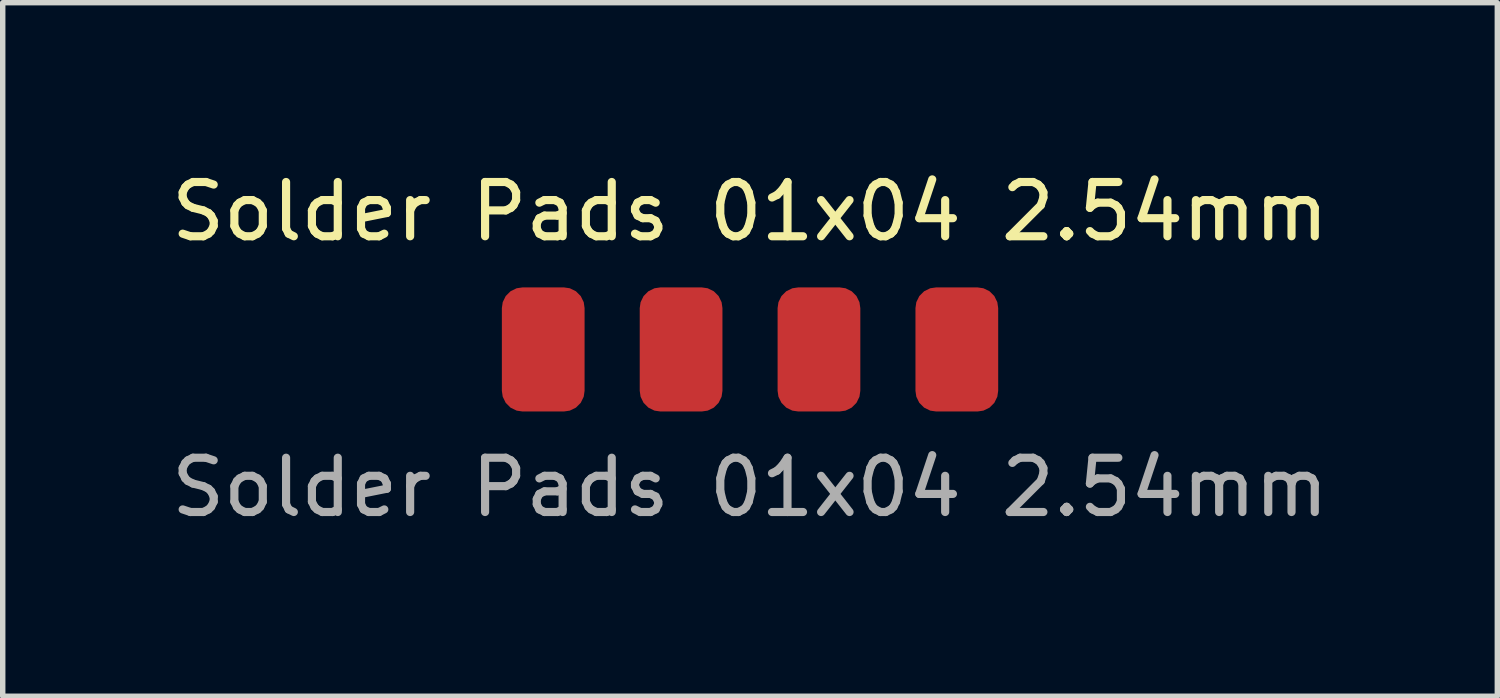
<source format=kicad_pcb>
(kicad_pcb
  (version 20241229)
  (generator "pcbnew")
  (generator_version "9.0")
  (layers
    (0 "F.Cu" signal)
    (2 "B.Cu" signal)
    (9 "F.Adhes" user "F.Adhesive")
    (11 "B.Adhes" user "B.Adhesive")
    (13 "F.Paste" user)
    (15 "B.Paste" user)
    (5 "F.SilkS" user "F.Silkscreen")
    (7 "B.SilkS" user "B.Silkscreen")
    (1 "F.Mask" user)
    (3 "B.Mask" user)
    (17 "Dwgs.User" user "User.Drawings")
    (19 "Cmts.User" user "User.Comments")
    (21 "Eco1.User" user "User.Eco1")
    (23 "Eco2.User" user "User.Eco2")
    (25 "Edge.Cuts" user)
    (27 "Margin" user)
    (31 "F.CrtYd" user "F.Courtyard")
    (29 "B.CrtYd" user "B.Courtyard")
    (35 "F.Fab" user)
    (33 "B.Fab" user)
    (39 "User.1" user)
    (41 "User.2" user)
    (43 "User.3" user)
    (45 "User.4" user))
  (footprint "Solder Pads 01x04 2.54mm"
    (layer "F.Cu")
    (at 6.958 3.388)
    (property "Reference" "Solder Pads 01x04 2.54mm" (at 3.81 -2.54 0) (unlocked yes) (layer "F.SilkS") (effects (font (size 1 1) (thickness 0.15))))
    (attr smd)
    (fp_text user "${REFERENCE}" (at 3.81 2.54 0) (unlocked yes) (layer "F.Fab") (effects (font (size 1 1) (thickness 0.15))))
    (pad "1" smd roundrect (at 0 0 270) (size 2.286 1.524) (layers "F.Cu" "F.Mask" "F.Paste") (roundrect_rratio 0.25))
    (pad "2" smd roundrect (at 2.54 0 270) (size 2.286 1.524) (layers "F.Cu" "F.Mask" "F.Paste") (roundrect_rratio 0.25))
    (pad "3" smd roundrect (at 5.08 0 270) (size 2.286 1.524) (layers "F.Cu" "F.Mask" "F.Paste") (roundrect_rratio 0.25))
    (pad "4" smd roundrect (at 7.62 0 270) (size 2.286 1.524) (layers "F.Cu" "F.Mask" "F.Paste") (roundrect_rratio 0.25)))
  (gr_rect
    (start -3 -3)
    (end 24.536 9.777)
    (stroke (width 0.1) (type default))
    (fill no)
    (layer "Edge.Cuts")))
</source>
